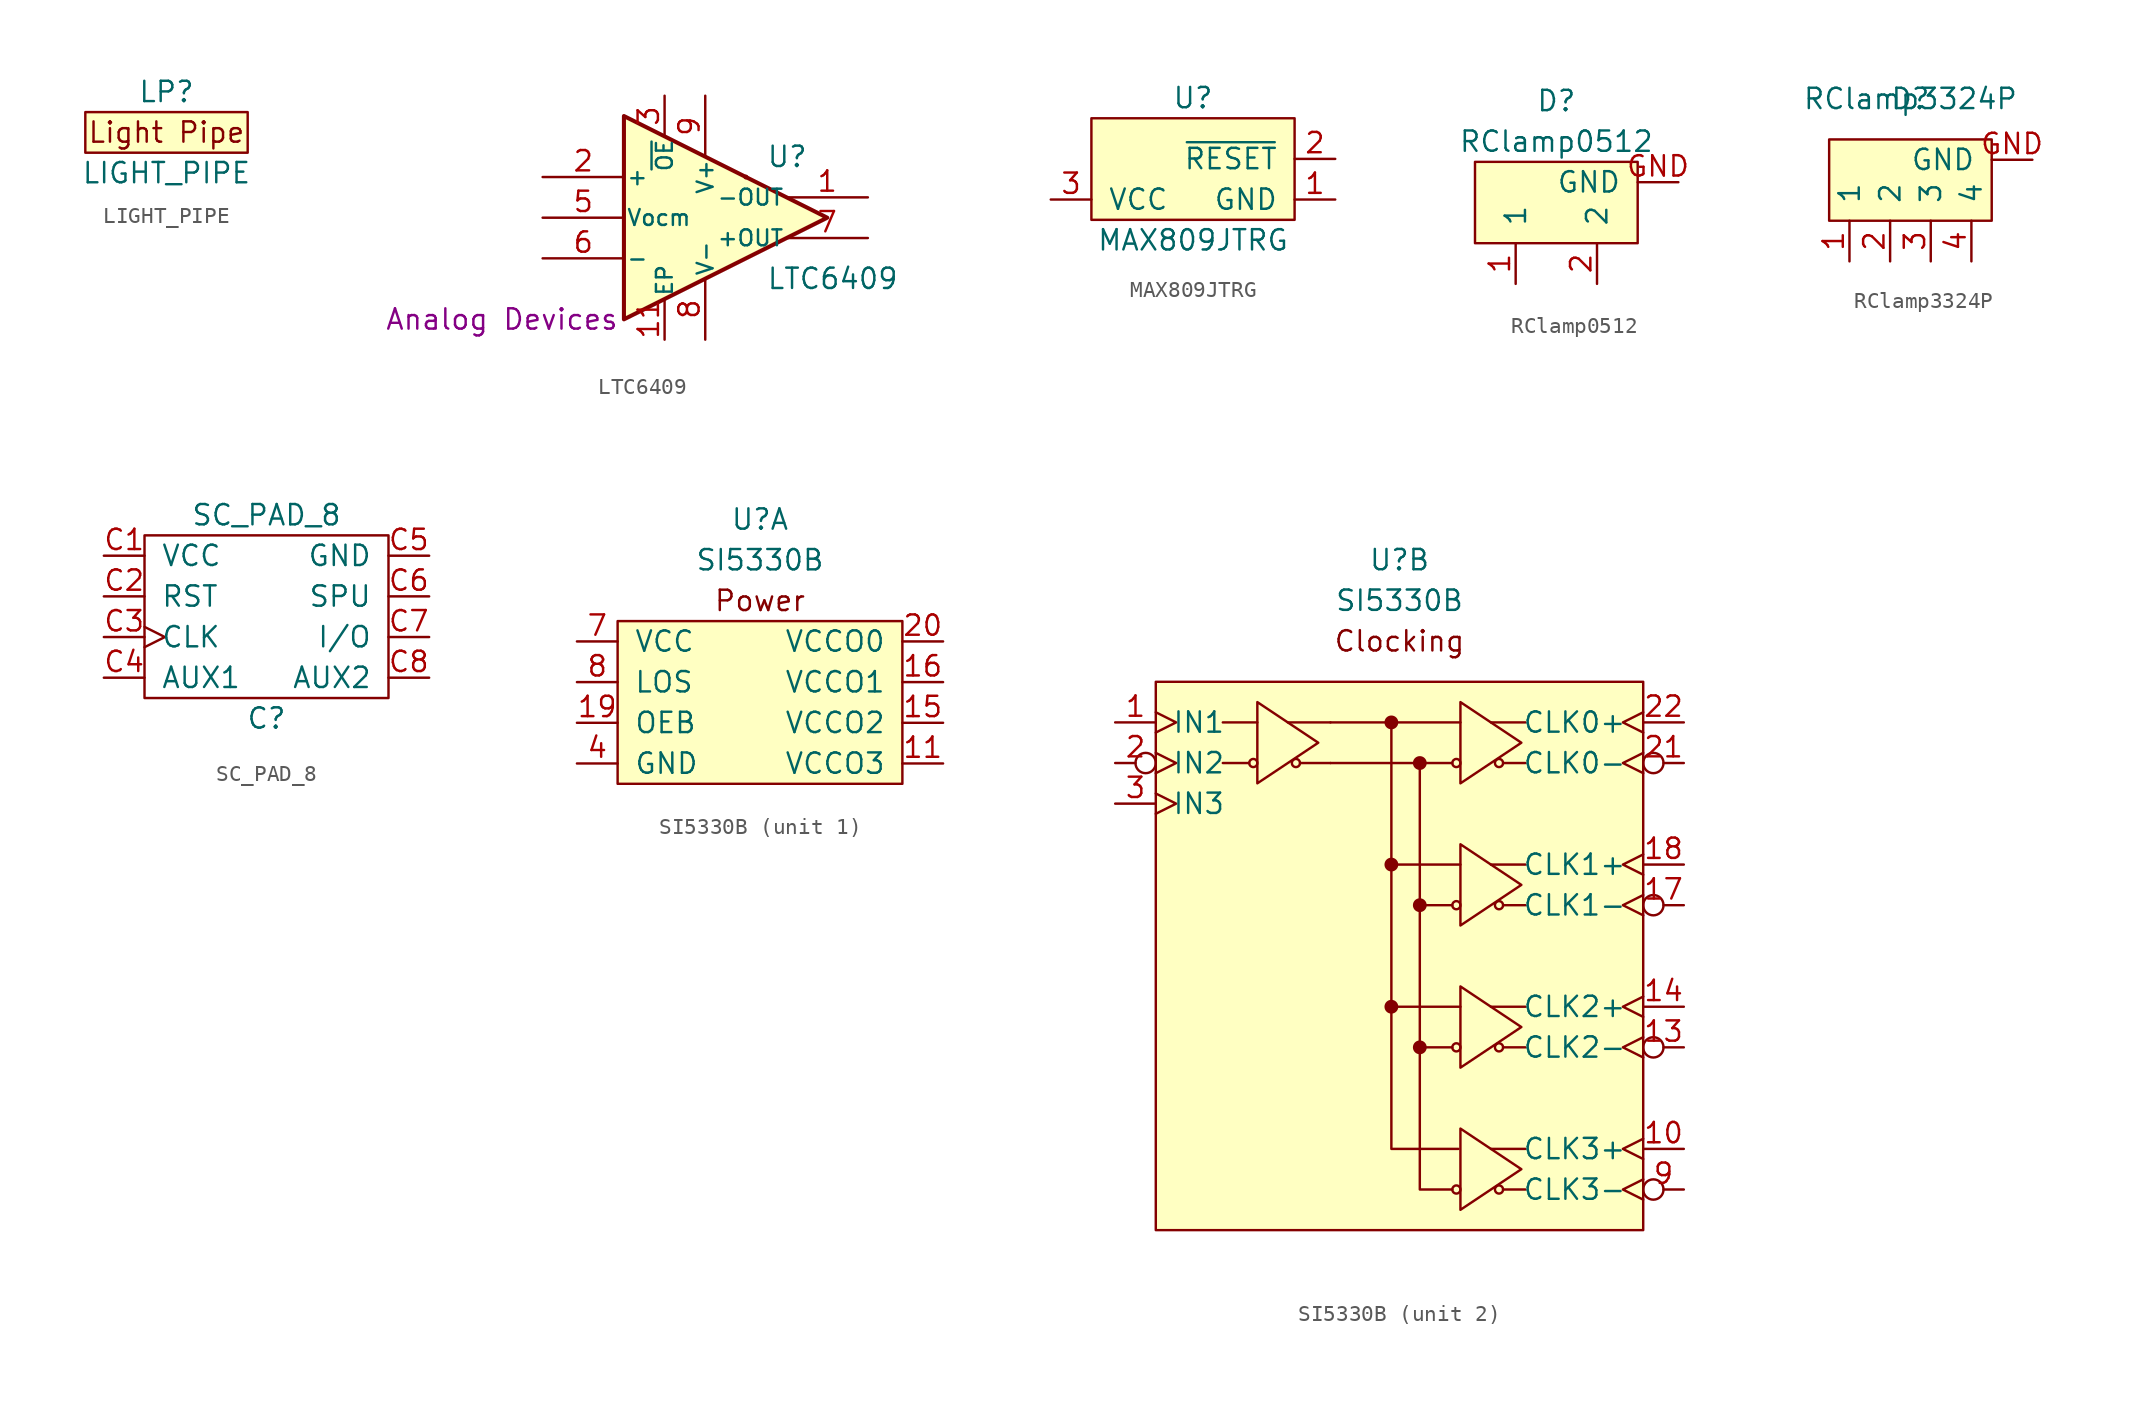
<source format=kicad_sym>
(kicad_symbol_lib
  (version 20201005)
  (generator kicad_symbol_editor)
  (symbol "lethalbit:LIGHT_PIPE"
    (pin_names
      (offset 1.016))
    (property "Reference" "LP"
      (at 0 2.54 0)
      (effects (font (size 1.27 1.27))))
    (property "Value" "LIGHT_PIPE"
      (at 0 -2.54 0)
      (effects (font (size 1.27 1.27))))
    (symbol "LIGHT_PIPE_0_0"
      (text "Light Pipe" (at 0 0 0) (effects (font (size 1.27 1.27))))
      (rectangle (start 5.08 1.27) (end -5.08 -1.27) (stroke (width 0)) (fill (type background)))))
  (symbol "lethalbit:LTC6409"
    (pin_names
      (offset 0.127))
    (property "Reference" "U"
      (at 3.81 3.81 0)
      (effects (font (size 1.27 1.27)) (justify left)))
    (property "Value" "LTC6409"
      (at 3.81 -3.81 0)
      (effects (font (size 1.27 1.27)) (justify left)))
    (property "MFR" "Analog Devices"
      (at -12.7 -6.35 0)
      (effects (font (size 1.27 1.27))))
    (symbol "LTC6409_0_1"
      (circle (center 2.54 2.54) (radius 0) (stroke (width 0)) (fill (type none)))
      (polyline (pts (xy -5.08 6.35) (xy -5.08 -6.35) (xy 7.62 0) (xy -5.08 6.35)) (stroke (width 0.254)) (fill (type background))))
    (symbol "LTC6409_1_1"
      (pin output line (at 10.16 1.27 180) (length 5.08) (name "-OUT" (effects (font (size 0.991 0.991)))) (number "1" (effects (font (size 1.27 1.27)))))
      (pin passive line (at 0 -7.62 90) (length 3.81) hide (name "V-" (effects (font (size 0.991 0.991)))) (number "10" (effects (font (size 1.27 1.27)))))
      (pin passive line (at -2.54 -7.62 90) (length 2.54) (name "EP" (effects (font (size 0.991 0.991)))) (number "11" (effects (font (size 1.27 1.27)))))
      (pin input line (at -10.16 2.54 0) (length 5.08) (name "+" (effects (font (size 0.991 0.991)))) (number "2" (effects (font (size 1.27 1.27)))))
      (pin passive line (at -2.54 7.62 270) (length 2.54) (name "~OE" (effects (font (size 0.991 0.991)))) (number "3" (effects (font (size 1.27 1.27)))))
      (pin passive line (at 0 7.62 270) (length 3.81) hide (name "V+" (effects (font (size 0.991 0.991)))) (number "4" (effects (font (size 1.27 1.27)))))
      (pin input line (at -10.16 0 0) (length 5.08) (name "Vocm" (effects (font (size 0.991 0.991)))) (number "5" (effects (font (size 1.27 1.27)))))
      (pin input line (at -10.16 -2.54 0) (length 5.08) (name "-" (effects (font (size 0.991 0.991)))) (number "6" (effects (font (size 1.27 1.27)))))
      (pin output line (at 10.16 -1.27 180) (length 5.08) (name "+OUT" (effects (font (size 0.991 0.991)))) (number "7" (effects (font (size 1.27 1.27)))))
      (pin power_in line (at 0 -7.62 90) (length 3.81) (name "V-" (effects (font (size 0.991 0.991)))) (number "8" (effects (font (size 1.27 1.27)))))
      (pin power_in line (at 0 7.62 270) (length 3.81) (name "V+" (effects (font (size 0.991 0.991)))) (number "9" (effects (font (size 1.27 1.27)))))))
  (symbol "lethalbit:MAX809JTRG"
    (pin_names
      (offset 1.016))
    (property "Reference" "U"
      (at 0 2.54 0)
      (effects (font (size 1.27 1.27))))
    (property "Value" "MAX809JTRG"
      (at 0 -6.35 0)
      (effects (font (size 1.27 1.27))))
    (symbol "MAX809JTRG_0_1"
      (rectangle (start -6.35 1.27) (end 6.35 -5.08) (stroke (width 0)) (fill (type background))))
    (symbol "MAX809JTRG_1_1"
      (pin passive line (at 8.89 -3.81 180) (length 2.54) (name "GND" (effects (font (size 1.27 1.27)))) (number "1" (effects (font (size 1.27 1.27)))))
      (pin passive line (at 8.89 -1.27 180) (length 2.54) (name "~RESET" (effects (font (size 1.27 1.27)))) (number "2" (effects (font (size 1.27 1.27)))))
      (pin input line (at -8.89 -3.81 0) (length 2.54) (name "VCC" (effects (font (size 1.27 1.27)))) (number "3" (effects (font (size 1.27 1.27)))))))
  (symbol "lethalbit:RClamp0512"
    (pin_names
      (offset 1.016))
    (property "Reference" "D"
      (at 0 6.35 0)
      (effects (font (size 1.27 1.27))))
    (property "Value" "RClamp0512"
      (at 0 3.81 0)
      (effects (font (size 1.27 1.27))))
    (symbol "RClamp0512_0_1"
      (rectangle (start 5.08 -2.54) (end -5.08 2.54) (stroke (width 0)) (fill (type background))))
    (symbol "RClamp0512_1_1"
      (pin passive line (at -2.54 -5.08 90) (length 2.54) (name "1" (effects (font (size 1.27 1.27)))) (number "1" (effects (font (size 1.27 1.27)))))
      (pin passive line (at 2.54 -5.08 90) (length 2.54) (name "2" (effects (font (size 1.27 1.27)))) (number "2" (effects (font (size 1.27 1.27)))))
      (pin passive line (at 7.62 1.27 180) (length 2.54) (name "GND" (effects (font (size 1.27 1.27)))) (number "GND" (effects (font (size 1.27 1.27)))))))
  (symbol "lethalbit:RClamp3324P"
    (pin_names
      (offset 1.016))
    (property "Reference" "D"
      (at 0 3.81 0)
      (effects (font (size 1.27 1.27))))
    (property "Value" "RClamp3324P"
      (at 0 3.81 0)
      (effects (font (size 1.27 1.27))))
    (symbol "RClamp3324P_0_1"
      (rectangle (start 5.08 -3.81) (end -5.08 1.27) (stroke (width 0)) (fill (type background))))
    (symbol "RClamp3324P_1_1"
      (pin passive line (at -3.81 -6.35 90) (length 2.54) (name "1" (effects (font (size 1.27 1.27)))) (number "1" (effects (font (size 1.27 1.27)))))
      (pin passive line (at -1.27 -6.35 90) (length 2.54) (name "2" (effects (font (size 1.27 1.27)))) (number "2" (effects (font (size 1.27 1.27)))))
      (pin passive line (at 1.27 -6.35 90) (length 2.54) (name "3" (effects (font (size 1.27 1.27)))) (number "3" (effects (font (size 1.27 1.27)))))
      (pin passive line (at 3.81 -6.35 90) (length 2.54) (name "4" (effects (font (size 1.27 1.27)))) (number "4" (effects (font (size 1.27 1.27)))))
      (pin passive line (at 7.62 0 180) (length 2.54) (name "GND" (effects (font (size 1.27 1.27)))) (number "GND" (effects (font (size 1.27 1.27)))))))
  (symbol "lethalbit:SC_PAD_8"
    (pin_names
      (offset 1.016))
    (property "Reference" "C"
      (at 0 -6.35 0)
      (effects (font (size 1.27 1.27))))
    (property "Value" "SC_PAD_8"
      (at 0 6.35 0)
      (effects (font (size 1.27 1.27))))
    (symbol "SC_PAD_8_0_1"
      (rectangle (start -7.62 5.08) (end 7.62 -5.08) (stroke (width 0)) (fill (type none))))
    (symbol "SC_PAD_8_1_1"
      (pin power_in line (at -10.16 3.81 0) (length 2.54) (name "VCC" (effects (font (size 1.27 1.27)))) (number "C1" (effects (font (size 1.27 1.27)))))
      (pin input line (at -10.16 1.27 0) (length 2.54) (name "RST" (effects (font (size 1.27 1.27)))) (number "C2" (effects (font (size 1.27 1.27)))))
      (pin input clock (at -10.16 -1.27 0) (length 2.54) (name "CLK" (effects (font (size 1.27 1.27)))) (number "C3" (effects (font (size 1.27 1.27)))))
      (pin bidirectional line (at -10.16 -3.81 0) (length 2.54) (name "AUX1" (effects (font (size 1.27 1.27)))) (number "C4" (effects (font (size 1.27 1.27)))))
      (pin power_in line (at 10.16 3.81 180) (length 2.54) (name "GND" (effects (font (size 1.27 1.27)))) (number "C5" (effects (font (size 1.27 1.27)))))
      (pin bidirectional line (at 10.16 1.27 180) (length 2.54) (name "SPU" (effects (font (size 1.27 1.27)))) (number "C6" (effects (font (size 1.27 1.27)))))
      (pin bidirectional line (at 10.16 -1.27 180) (length 2.54) (name "I/O" (effects (font (size 1.27 1.27)))) (number "C7" (effects (font (size 1.27 1.27)))))
      (pin bidirectional line (at 10.16 -3.81 180) (length 2.54) (name "AUX2" (effects (font (size 1.27 1.27)))) (number "C8" (effects (font (size 1.27 1.27)))))))
  (symbol "lethalbit:SI5330B"
    (pin_names
      (offset 1.016))
    (property "Reference" "U"
      (at 0 10.16 0)
      (effects (font (size 1.27 1.27))))
    (property "Value" "SI5330B"
      (at 0 7.62 0)
      (effects (font (size 1.27 1.27))))
    (property "ki_locked" ""
      (at 0 0 0)
      (effects (font (size 1.27 1.27))))
    (symbol "SI5330B_1_0"
      (text "Power" (at 0 5.08 0) (effects (font (size 1.27 1.27))))
      (rectangle (start -8.89 3.81) (end 8.89 -6.35) (stroke (width 0)) (fill (type background))))
    (symbol "SI5330B_1_1"
      (pin power_in line (at 11.43 -5.08 180) (length 2.54) (name "VCCO3" (effects (font (size 1.27 1.27)))) (number "11" (effects (font (size 1.27 1.27)))))
      (pin passive line (at -11.43 -5.08 0) (length 2.54) hide (name "GND" (effects (font (size 1.27 1.27)))) (number "12" (effects (font (size 1.27 1.27)))))
      (pin power_in line (at 11.43 -2.54 180) (length 2.54) (name "VCCO2" (effects (font (size 1.27 1.27)))) (number "15" (effects (font (size 1.27 1.27)))))
      (pin power_in line (at 11.43 0 180) (length 2.54) (name "VCCO1" (effects (font (size 1.27 1.27)))) (number "16" (effects (font (size 1.27 1.27)))))
      (pin input line (at -11.43 -2.54 0) (length 2.54) (name "OEB" (effects (font (size 1.27 1.27)))) (number "19" (effects (font (size 1.27 1.27)))))
      (pin power_in line (at 11.43 2.54 180) (length 2.54) (name "VCCO0" (effects (font (size 1.27 1.27)))) (number "20" (effects (font (size 1.27 1.27)))))
      (pin passive line (at -11.43 -5.08 0) (length 2.54) hide (name "GND" (effects (font (size 1.27 1.27)))) (number "23" (effects (font (size 1.27 1.27)))))
      (pin passive line (at -11.43 2.54 0) (length 2.54) hide (name "VCC" (effects (font (size 1.27 1.27)))) (number "24" (effects (font (size 1.27 1.27)))))
      (pin passive line (at -11.43 -5.08 0) (length 2.54) hide (name "GND" (effects (font (size 1.27 1.27)))) (number "25" (effects (font (size 1.27 1.27)))))
      (pin passive line (at -11.43 -5.08 0) (length 2.54) (name "GND" (effects (font (size 1.27 1.27)))) (number "4" (effects (font (size 1.27 1.27)))))
      (pin passive line (at -11.43 -5.08 0) (length 2.54) hide (name "GND" (effects (font (size 1.27 1.27)))) (number "5" (effects (font (size 1.27 1.27)))))
      (pin passive line (at -11.43 -5.08 0) (length 2.54) hide (name "GND" (effects (font (size 1.27 1.27)))) (number "6" (effects (font (size 1.27 1.27)))))
      (pin input line (at -11.43 2.54 0) (length 2.54) (name "VCC" (effects (font (size 1.27 1.27)))) (number "7" (effects (font (size 1.27 1.27)))))
      (pin open_collector line (at -11.43 0 0) (length 2.54) (name "LOS" (effects (font (size 1.27 1.27)))) (number "8" (effects (font (size 1.27 1.27))))))
    (symbol "SI5330B_2_0"
      (circle (center -9.144 -2.54) (radius 0.254) (stroke (width 0)) (fill (type none)))
      (circle (center -0.508 0) (radius 0.356) (stroke (width 0)) (fill (type outline)))
      (text "Clocking" (at 0 5.08 0) (effects (font (size 1.27 1.27))))
      (rectangle (start -15.24 2.54) (end 15.24 -31.75) (stroke (width 0)) (fill (type background)))
      (polyline (pts (xy -9.398 -2.54) (xy -11.049 -2.54)) (stroke (width 0)) (fill (type none)))
      (polyline (pts (xy -8.89 0) (xy -11.049 0)) (stroke (width 0)) (fill (type none)))
      (polyline (pts (xy -6.985 0) (xy -4.318 0)) (stroke (width 0)) (fill (type none)))
      (polyline (pts (xy -6.223 -2.54) (xy -4.318 -2.54)) (stroke (width 0)) (fill (type none)))
      (polyline (pts (xy -4.318 -2.54) (xy 3.302 -2.54)) (stroke (width 0)) (fill (type none)))
      (polyline (pts (xy 3.302 -20.32) (xy 1.27 -20.32)) (stroke (width 0)) (fill (type none)))
      (polyline (pts (xy 3.302 -11.43) (xy 1.27 -11.43)) (stroke (width 0)) (fill (type none)))
      (polyline (pts (xy 3.81 -17.78) (xy -0.508 -17.78)) (stroke (width 0)) (fill (type none)))
      (polyline (pts (xy 3.81 -8.89) (xy -0.508 -8.89)) (stroke (width 0)) (fill (type none)))
      (polyline (pts (xy 3.81 0) (xy -4.318 0)) (stroke (width 0)) (fill (type none)))
      (polyline (pts (xy -0.508 0) (xy -0.508 -26.67) (xy 3.683 -26.67)) (stroke (width 0)) (fill (type none)))
      (polyline (pts (xy 1.27 -2.54) (xy 1.27 -29.21) (xy 3.302 -29.21)) (stroke (width 0)) (fill (type none)))
      (polyline (pts (xy -8.89 1.27) (xy -8.89 -3.81) (xy -5.08 -1.27) (xy -8.89 1.27)) (stroke (width 0)) (fill (type none))))
    (symbol "SI5330B_2_1"
      (circle (center -6.477 -2.54) (radius 0.254) (stroke (width 0)) (fill (type none)))
      (circle (center 3.556 -29.21) (radius 0.254) (stroke (width 0)) (fill (type none)))
      (circle (center 3.556 -20.32) (radius 0.254) (stroke (width 0)) (fill (type none)))
      (circle (center 3.556 -11.43) (radius 0.254) (stroke (width 0)) (fill (type none)))
      (circle (center 3.556 -2.54) (radius 0.254) (stroke (width 0)) (fill (type none)))
      (circle (center 6.223 -29.21) (radius 0.254) (stroke (width 0)) (fill (type none)))
      (circle (center 6.223 -20.32) (radius 0.254) (stroke (width 0)) (fill (type none)))
      (circle (center 6.223 -11.43) (radius 0.254) (stroke (width 0)) (fill (type none)))
      (circle (center 6.223 -2.54) (radius 0.254) (stroke (width 0)) (fill (type none)))
      (circle (center -0.508 -17.78) (radius 0.356) (stroke (width 0)) (fill (type outline)))
      (circle (center -0.508 -8.89) (radius 0.356) (stroke (width 0)) (fill (type outline)))
      (circle (center 1.27 -20.32) (radius 0.356) (stroke (width 0)) (fill (type outline)))
      (circle (center 1.27 -11.43) (radius 0.356) (stroke (width 0)) (fill (type outline)))
      (circle (center 1.27 -2.54) (radius 0.356) (stroke (width 0)) (fill (type outline)))
      (polyline (pts (xy 5.715 -26.67) (xy 7.874 -26.67)) (stroke (width 0)) (fill (type none)))
      (polyline (pts (xy 5.715 -17.78) (xy 7.874 -17.78)) (stroke (width 0)) (fill (type none)))
      (polyline (pts (xy 5.715 -8.89) (xy 7.874 -8.89)) (stroke (width 0)) (fill (type none)))
      (polyline (pts (xy 5.715 0) (xy 7.874 0)) (stroke (width 0)) (fill (type none)))
      (polyline (pts (xy 6.477 -29.21) (xy 7.874 -29.21)) (stroke (width 0)) (fill (type none)))
      (polyline (pts (xy 6.477 -20.32) (xy 7.874 -20.32)) (stroke (width 0)) (fill (type none)))
      (polyline (pts (xy 6.477 -11.43) (xy 7.874 -11.43)) (stroke (width 0)) (fill (type none)))
      (polyline (pts (xy 6.477 -2.54) (xy 7.874 -2.54)) (stroke (width 0)) (fill (type none)))
      (polyline (pts (xy 3.81 -25.4) (xy 3.81 -30.48) (xy 7.62 -27.94) (xy 3.81 -25.4)) (stroke (width 0)) (fill (type none)))
      (polyline (pts (xy 3.81 -16.51) (xy 3.81 -21.59) (xy 7.62 -19.05) (xy 3.81 -16.51)) (stroke (width 0)) (fill (type none)))
      (polyline (pts (xy 3.81 -7.62) (xy 3.81 -12.7) (xy 7.62 -10.16) (xy 3.81 -7.62)) (stroke (width 0)) (fill (type none)))
      (polyline (pts (xy 3.81 1.27) (xy 3.81 -3.81) (xy 7.62 -1.27) (xy 3.81 1.27)) (stroke (width 0)) (fill (type none)))
      (pin input clock (at -17.78 0 0) (length 2.54) (name "IN1" (effects (font (size 1.27 1.27)))) (number "1" (effects (font (size 1.27 1.27)))))
      (pin output clock (at 17.78 -26.67 180) (length 2.54) (name "CLK3+" (effects (font (size 1.27 1.27)))) (number "10" (effects (font (size 1.27 1.27)))))
      (pin output inverted_clock (at 17.78 -20.32 180) (length 2.54) (name "CLK2-" (effects (font (size 1.27 1.27)))) (number "13" (effects (font (size 1.27 1.27)))))
      (pin output clock (at 17.78 -17.78 180) (length 2.54) (name "CLK2+" (effects (font (size 1.27 1.27)))) (number "14" (effects (font (size 1.27 1.27)))))
      (pin output inverted_clock (at 17.78 -11.43 180) (length 2.54) (name "CLK1-" (effects (font (size 1.27 1.27)))) (number "17" (effects (font (size 1.27 1.27)))))
      (pin output clock (at 17.78 -8.89 180) (length 2.54) (name "CLK1+" (effects (font (size 1.27 1.27)))) (number "18" (effects (font (size 1.27 1.27)))))
      (pin input inverted_clock (at -17.78 -2.54 0) (length 2.54) (name "IN2" (effects (font (size 1.27 1.27)))) (number "2" (effects (font (size 1.27 1.27)))))
      (pin output inverted_clock (at 17.78 -2.54 180) (length 2.54) (name "CLK0-" (effects (font (size 1.27 1.27)))) (number "21" (effects (font (size 1.27 1.27)))))
      (pin output clock (at 17.78 0 180) (length 2.54) (name "CLK0+" (effects (font (size 1.27 1.27)))) (number "22" (effects (font (size 1.27 1.27)))))
      (pin input clock (at -17.78 -5.08 0) (length 2.54) (name "IN3" (effects (font (size 1.27 1.27)))) (number "3" (effects (font (size 1.27 1.27)))))
      (pin output inverted_clock (at 17.78 -29.21 180) (length 2.54) (name "CLK3-" (effects (font (size 1.27 1.27)))) (number "9" (effects (font (size 1.27 1.27))))))))
</source>
